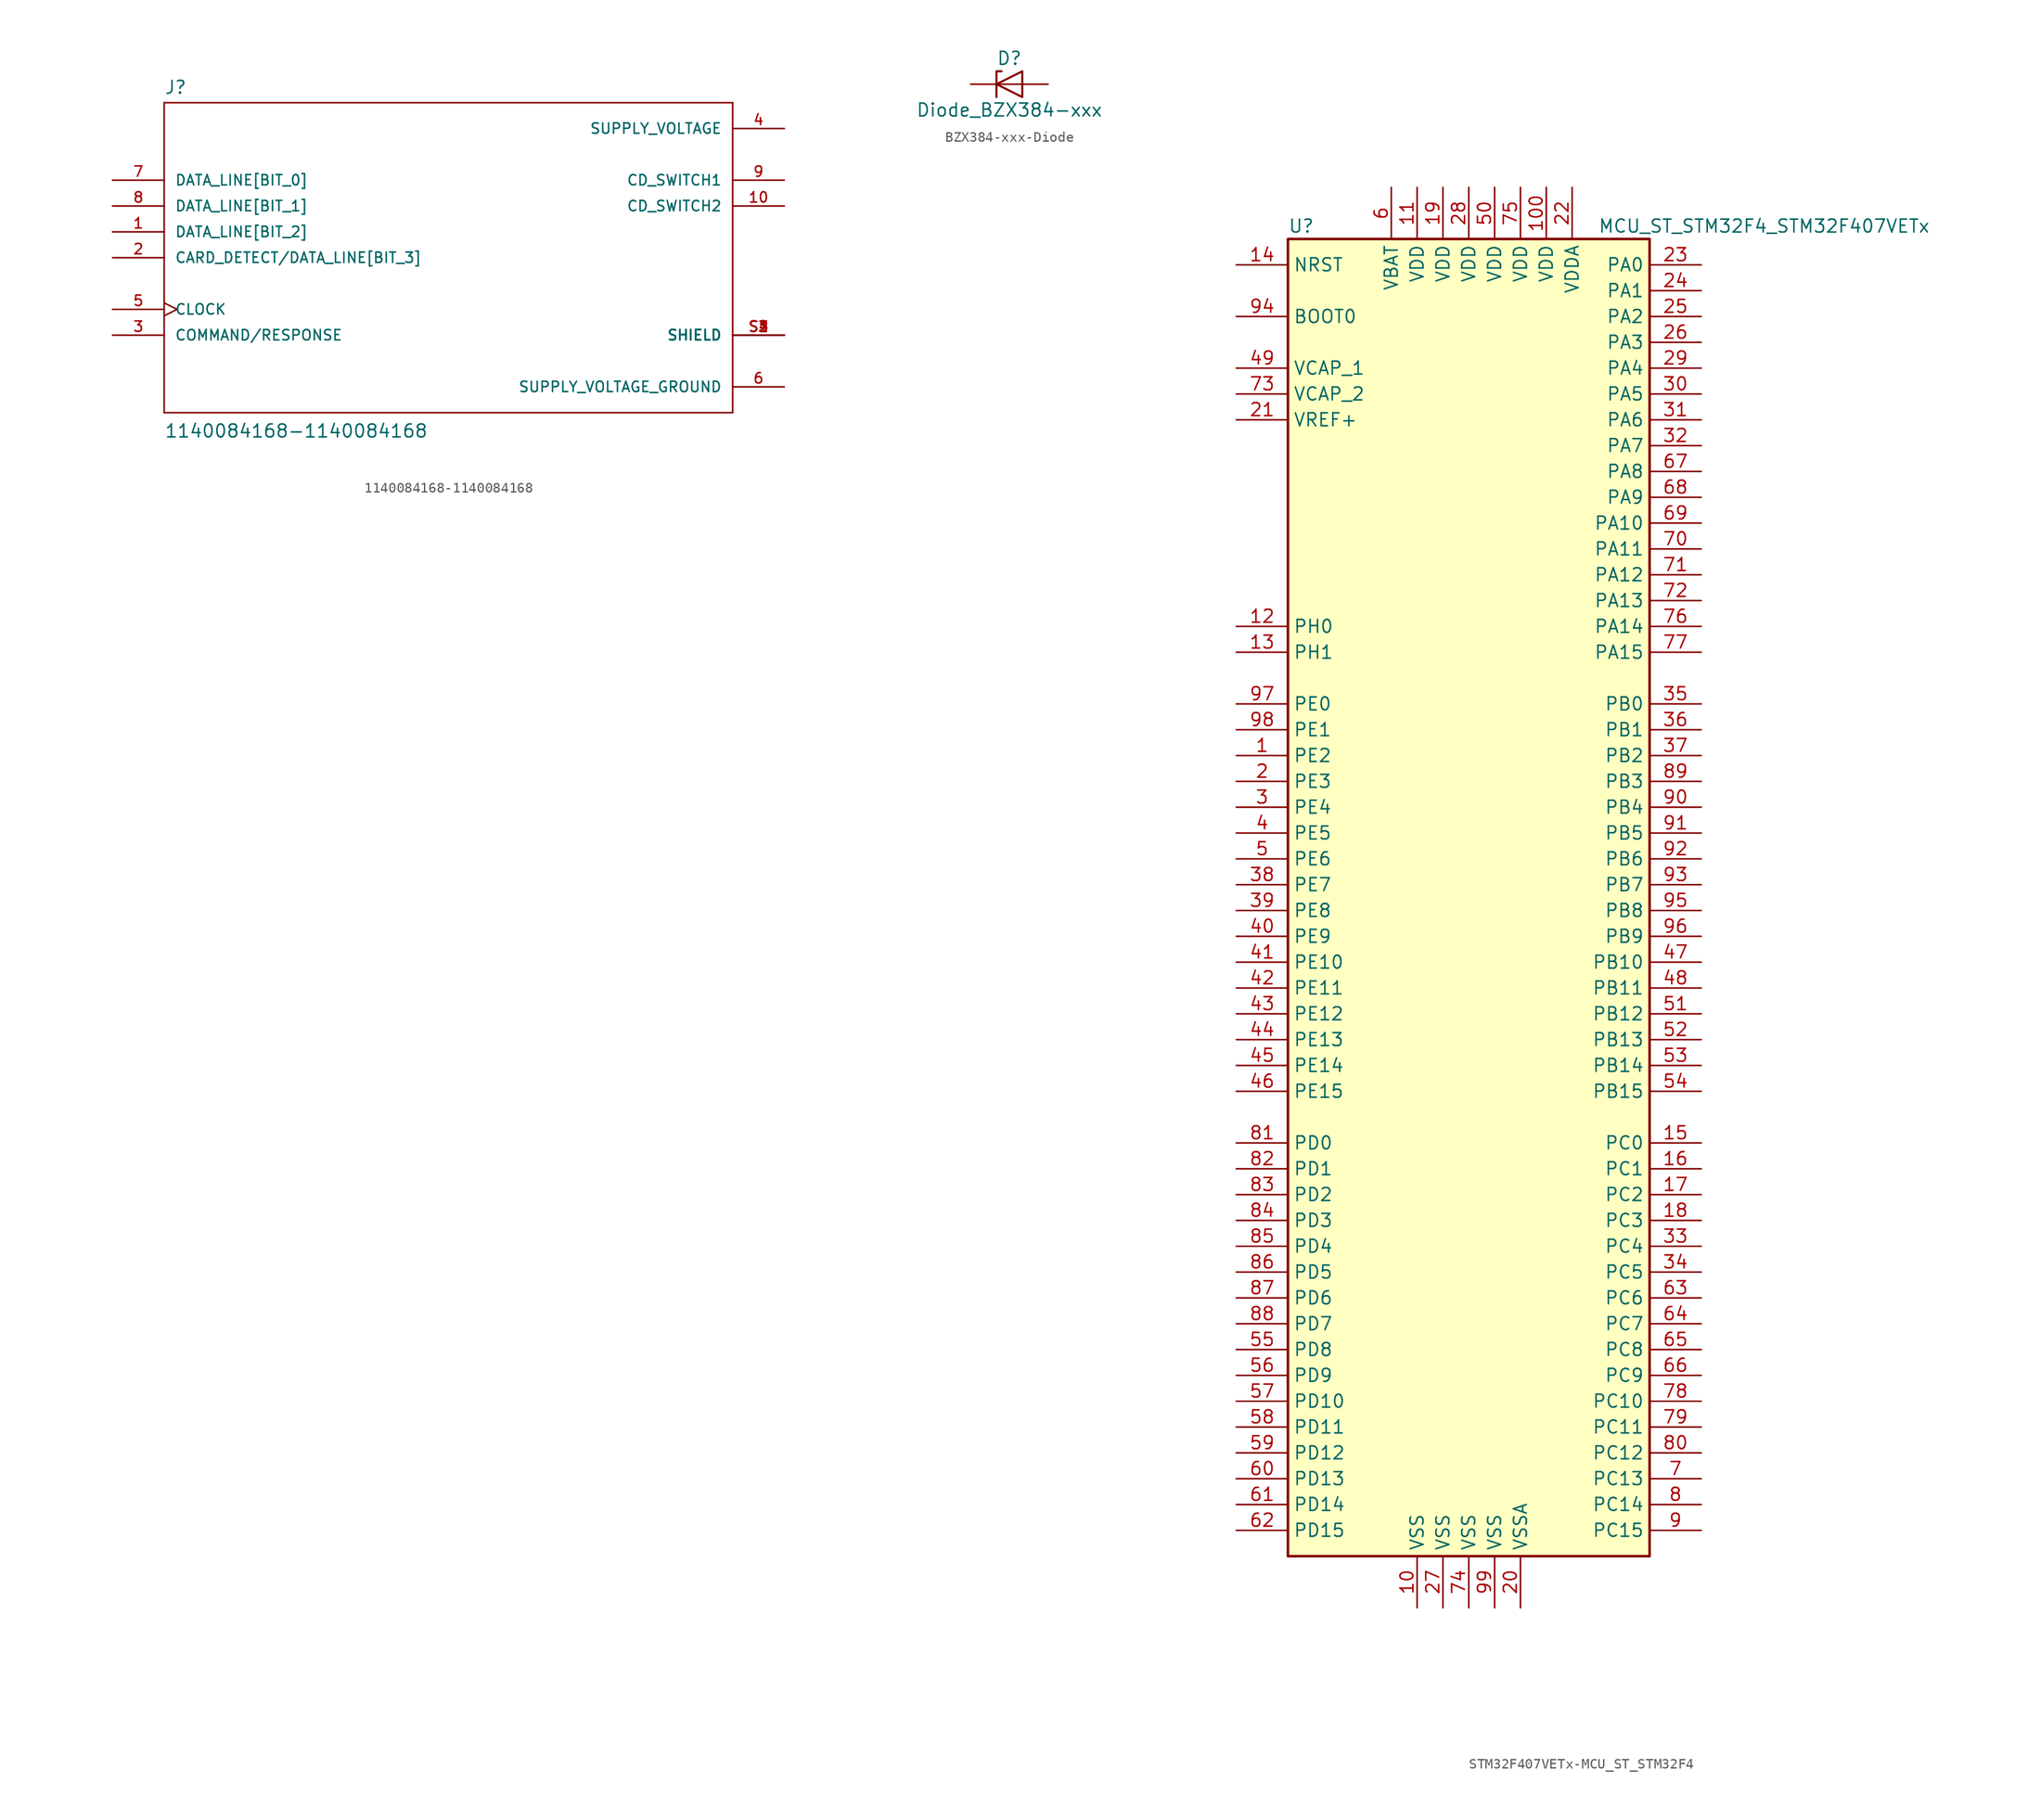
<source format=kicad_sym>
(kicad_symbol_lib
  (version 20220914)
  (generator kicad_symbol_editor)
  (symbol "1140084168-1140084168"
    (pin_names
      (offset 1.016))
    (property "Reference" "J"
      (at -27.94 16.002 0)
      (effects (font (size 1.27 1.27)) (justify left bottom)))
    (property "Value" "1140084168-1140084168"
      (at -27.94 -17.78 0)
      (effects (font (size 1.27 1.27)) (justify left bottom)))
    (property "ki_locked" ""
      (at 0 0 0)
      (effects (font (size 1.27 1.27))))
    (symbol "1140084168-1140084168_0_0"
      (polyline (pts (xy -27.94 -15.24) (xy -27.94 15.24)) (stroke (width 0.152) (type solid)) (fill (type none)))
      (polyline (pts (xy -27.94 15.24) (xy 27.94 15.24)) (stroke (width 0.152) (type solid)) (fill (type none)))
      (polyline (pts (xy 27.94 -15.24) (xy -27.94 -15.24)) (stroke (width 0.152) (type solid)) (fill (type none)))
      (polyline (pts (xy 27.94 15.24) (xy 27.94 -15.24)) (stroke (width 0.152) (type solid)) (fill (type none)))
      (pin bidirectional line (at -33.02 2.54 0) (length 5.08) (name "DATA_LINE[BIT_2]" (effects (font (size 1.016 1.016)))) (number "1" (effects (font (size 1.016 1.016)))))
      (pin bidirectional line (at 33.02 5.08 180) (length 5.08) (name "CD_SWITCH2" (effects (font (size 1.016 1.016)))) (number "10" (effects (font (size 1.016 1.016)))))
      (pin bidirectional line (at -33.02 0 0) (length 5.08) (name "CARD_DETECT/DATA_LINE[BIT_3]" (effects (font (size 1.016 1.016)))) (number "2" (effects (font (size 1.016 1.016)))))
      (pin bidirectional line (at -33.02 -7.62 0) (length 5.08) (name "COMMAND/RESPONSE" (effects (font (size 1.016 1.016)))) (number "3" (effects (font (size 1.016 1.016)))))
      (pin power_in line (at 33.02 12.7 180) (length 5.08) (name "SUPPLY_VOLTAGE" (effects (font (size 1.016 1.016)))) (number "4" (effects (font (size 1.016 1.016)))))
      (pin bidirectional clock (at -33.02 -5.08 0) (length 5.08) (name "CLOCK" (effects (font (size 1.016 1.016)))) (number "5" (effects (font (size 1.016 1.016)))))
      (pin power_in line (at 33.02 -12.7 180) (length 5.08) (name "SUPPLY_VOLTAGE_GROUND" (effects (font (size 1.016 1.016)))) (number "6" (effects (font (size 1.016 1.016)))))
      (pin bidirectional line (at -33.02 7.62 0) (length 5.08) (name "DATA_LINE[BIT_0]" (effects (font (size 1.016 1.016)))) (number "7" (effects (font (size 1.016 1.016)))))
      (pin bidirectional line (at -33.02 5.08 0) (length 5.08) (name "DATA_LINE[BIT_1]" (effects (font (size 1.016 1.016)))) (number "8" (effects (font (size 1.016 1.016)))))
      (pin bidirectional line (at 33.02 7.62 180) (length 5.08) (name "CD_SWITCH1" (effects (font (size 1.016 1.016)))) (number "9" (effects (font (size 1.016 1.016)))))
      (pin passive line (at 33.02 -7.62 180) (length 5.08) (name "SHIELD" (effects (font (size 1.016 1.016)))) (number "S1" (effects (font (size 1.016 1.016)))))
      (pin passive line (at 33.02 -7.62 180) (length 5.08) (name "SHIELD" (effects (font (size 1.016 1.016)))) (number "S2" (effects (font (size 1.016 1.016)))))
      (pin passive line (at 33.02 -7.62 180) (length 5.08) (name "SHIELD" (effects (font (size 1.016 1.016)))) (number "S3" (effects (font (size 1.016 1.016)))))
      (pin passive line (at 33.02 -7.62 180) (length 5.08) (name "SHIELD" (effects (font (size 1.016 1.016)))) (number "S4" (effects (font (size 1.016 1.016)))))))
  (symbol "BZX384-xxx-Diode"
    (pin_numbers hide)
    (pin_names hide)
    (property "Reference" "D"
      (at 0 2.54 0)
      (effects (font (size 1.27 1.27))))
    (property "Value" "Diode_BZX384-xxx"
      (at 0 -2.54 0)
      (effects (font (size 1.27 1.27))))
    (symbol "BZX384-xxx-Diode_0_1"
      (polyline (pts (xy 1.27 0) (xy -1.27 0)) (stroke (width 0) (type solid)) (fill (type none)))
      (polyline (pts (xy -1.27 -1.27) (xy -1.27 1.27) (xy -0.762 1.27)) (stroke (width 0.203) (type solid)) (fill (type none)))
      (polyline (pts (xy 1.27 -1.27) (xy 1.27 1.27) (xy -1.27 0) (xy 1.27 -1.27)) (stroke (width 0.203) (type solid)) (fill (type none))))
    (symbol "BZX384-xxx-Diode_1_1"
      (pin passive line (at -3.81 0 0) (length 2.54) (name "K" (effects (font (size 1.27 1.27)))) (number "1" (effects (font (size 1.27 1.27)))))
      (pin passive line (at 3.81 0 180) (length 2.54) (name "A" (effects (font (size 1.27 1.27)))) (number "2" (effects (font (size 1.27 1.27)))))))
  (symbol "STM32F407VETx-MCU_ST_STM32F4"
    (property "Reference" "U"
      (at -17.78 64.77 0)
      (effects (font (size 1.27 1.27)) (justify left)))
    (property "Value" "MCU_ST_STM32F4_STM32F407VETx"
      (at 12.7 64.77 0)
      (effects (font (size 1.27 1.27)) (justify left)))
    (symbol "STM32F407VETx-MCU_ST_STM32F4_0_1"
      (rectangle (start -17.78 -66.04) (end 17.78 63.5) (stroke (width 0.254) (type solid)) (fill (type background))))
    (symbol "STM32F407VETx-MCU_ST_STM32F4_1_1"
      (pin bidirectional line (at -22.86 12.7 0) (length 5.08) (name "PE2" (effects (font (size 1.27 1.27)))) (number "1" (effects (font (size 1.27 1.27)))))
      (pin power_in line (at -5.08 -71.12 90) (length 5.08) (name "VSS" (effects (font (size 1.27 1.27)))) (number "10" (effects (font (size 1.27 1.27)))))
      (pin power_in line (at 7.62 68.58 270) (length 5.08) (name "VDD" (effects (font (size 1.27 1.27)))) (number "100" (effects (font (size 1.27 1.27)))))
      (pin power_in line (at -5.08 68.58 270) (length 5.08) (name "VDD" (effects (font (size 1.27 1.27)))) (number "11" (effects (font (size 1.27 1.27)))))
      (pin input line (at -22.86 25.4 0) (length 5.08) (name "PH0" (effects (font (size 1.27 1.27)))) (number "12" (effects (font (size 1.27 1.27)))))
      (pin input line (at -22.86 22.86 0) (length 5.08) (name "PH1" (effects (font (size 1.27 1.27)))) (number "13" (effects (font (size 1.27 1.27)))))
      (pin input line (at -22.86 60.96 0) (length 5.08) (name "NRST" (effects (font (size 1.27 1.27)))) (number "14" (effects (font (size 1.27 1.27)))))
      (pin bidirectional line (at 22.86 -25.4 180) (length 5.08) (name "PC0" (effects (font (size 1.27 1.27)))) (number "15" (effects (font (size 1.27 1.27)))))
      (pin bidirectional line (at 22.86 -27.94 180) (length 5.08) (name "PC1" (effects (font (size 1.27 1.27)))) (number "16" (effects (font (size 1.27 1.27)))))
      (pin bidirectional line (at 22.86 -30.48 180) (length 5.08) (name "PC2" (effects (font (size 1.27 1.27)))) (number "17" (effects (font (size 1.27 1.27)))))
      (pin bidirectional line (at 22.86 -33.02 180) (length 5.08) (name "PC3" (effects (font (size 1.27 1.27)))) (number "18" (effects (font (size 1.27 1.27)))))
      (pin power_in line (at -2.54 68.58 270) (length 5.08) (name "VDD" (effects (font (size 1.27 1.27)))) (number "19" (effects (font (size 1.27 1.27)))))
      (pin bidirectional line (at -22.86 10.16 0) (length 5.08) (name "PE3" (effects (font (size 1.27 1.27)))) (number "2" (effects (font (size 1.27 1.27)))))
      (pin power_in line (at 5.08 -71.12 90) (length 5.08) (name "VSSA" (effects (font (size 1.27 1.27)))) (number "20" (effects (font (size 1.27 1.27)))))
      (pin power_in line (at -22.86 45.72 0) (length 5.08) (name "VREF+" (effects (font (size 1.27 1.27)))) (number "21" (effects (font (size 1.27 1.27)))))
      (pin power_in line (at 10.16 68.58 270) (length 5.08) (name "VDDA" (effects (font (size 1.27 1.27)))) (number "22" (effects (font (size 1.27 1.27)))))
      (pin bidirectional line (at 22.86 60.96 180) (length 5.08) (name "PA0" (effects (font (size 1.27 1.27)))) (number "23" (effects (font (size 1.27 1.27)))))
      (pin bidirectional line (at 22.86 58.42 180) (length 5.08) (name "PA1" (effects (font (size 1.27 1.27)))) (number "24" (effects (font (size 1.27 1.27)))))
      (pin bidirectional line (at 22.86 55.88 180) (length 5.08) (name "PA2" (effects (font (size 1.27 1.27)))) (number "25" (effects (font (size 1.27 1.27)))))
      (pin bidirectional line (at 22.86 53.34 180) (length 5.08) (name "PA3" (effects (font (size 1.27 1.27)))) (number "26" (effects (font (size 1.27 1.27)))))
      (pin power_in line (at -2.54 -71.12 90) (length 5.08) (name "VSS" (effects (font (size 1.27 1.27)))) (number "27" (effects (font (size 1.27 1.27)))))
      (pin power_in line (at 0 68.58 270) (length 5.08) (name "VDD" (effects (font (size 1.27 1.27)))) (number "28" (effects (font (size 1.27 1.27)))))
      (pin bidirectional line (at 22.86 50.8 180) (length 5.08) (name "PA4" (effects (font (size 1.27 1.27)))) (number "29" (effects (font (size 1.27 1.27)))))
      (pin bidirectional line (at -22.86 7.62 0) (length 5.08) (name "PE4" (effects (font (size 1.27 1.27)))) (number "3" (effects (font (size 1.27 1.27)))))
      (pin bidirectional line (at 22.86 48.26 180) (length 5.08) (name "PA5" (effects (font (size 1.27 1.27)))) (number "30" (effects (font (size 1.27 1.27)))))
      (pin bidirectional line (at 22.86 45.72 180) (length 5.08) (name "PA6" (effects (font (size 1.27 1.27)))) (number "31" (effects (font (size 1.27 1.27)))))
      (pin bidirectional line (at 22.86 43.18 180) (length 5.08) (name "PA7" (effects (font (size 1.27 1.27)))) (number "32" (effects (font (size 1.27 1.27)))))
      (pin bidirectional line (at 22.86 -35.56 180) (length 5.08) (name "PC4" (effects (font (size 1.27 1.27)))) (number "33" (effects (font (size 1.27 1.27)))))
      (pin bidirectional line (at 22.86 -38.1 180) (length 5.08) (name "PC5" (effects (font (size 1.27 1.27)))) (number "34" (effects (font (size 1.27 1.27)))))
      (pin bidirectional line (at 22.86 17.78 180) (length 5.08) (name "PB0" (effects (font (size 1.27 1.27)))) (number "35" (effects (font (size 1.27 1.27)))))
      (pin bidirectional line (at 22.86 15.24 180) (length 5.08) (name "PB1" (effects (font (size 1.27 1.27)))) (number "36" (effects (font (size 1.27 1.27)))))
      (pin bidirectional line (at 22.86 12.7 180) (length 5.08) (name "PB2" (effects (font (size 1.27 1.27)))) (number "37" (effects (font (size 1.27 1.27)))))
      (pin bidirectional line (at -22.86 0 0) (length 5.08) (name "PE7" (effects (font (size 1.27 1.27)))) (number "38" (effects (font (size 1.27 1.27)))))
      (pin bidirectional line (at -22.86 -2.54 0) (length 5.08) (name "PE8" (effects (font (size 1.27 1.27)))) (number "39" (effects (font (size 1.27 1.27)))))
      (pin bidirectional line (at -22.86 5.08 0) (length 5.08) (name "PE5" (effects (font (size 1.27 1.27)))) (number "4" (effects (font (size 1.27 1.27)))))
      (pin bidirectional line (at -22.86 -5.08 0) (length 5.08) (name "PE9" (effects (font (size 1.27 1.27)))) (number "40" (effects (font (size 1.27 1.27)))))
      (pin bidirectional line (at -22.86 -7.62 0) (length 5.08) (name "PE10" (effects (font (size 1.27 1.27)))) (number "41" (effects (font (size 1.27 1.27)))))
      (pin bidirectional line (at -22.86 -10.16 0) (length 5.08) (name "PE11" (effects (font (size 1.27 1.27)))) (number "42" (effects (font (size 1.27 1.27)))))
      (pin bidirectional line (at -22.86 -12.7 0) (length 5.08) (name "PE12" (effects (font (size 1.27 1.27)))) (number "43" (effects (font (size 1.27 1.27)))))
      (pin bidirectional line (at -22.86 -15.24 0) (length 5.08) (name "PE13" (effects (font (size 1.27 1.27)))) (number "44" (effects (font (size 1.27 1.27)))))
      (pin bidirectional line (at -22.86 -17.78 0) (length 5.08) (name "PE14" (effects (font (size 1.27 1.27)))) (number "45" (effects (font (size 1.27 1.27)))))
      (pin bidirectional line (at -22.86 -20.32 0) (length 5.08) (name "PE15" (effects (font (size 1.27 1.27)))) (number "46" (effects (font (size 1.27 1.27)))))
      (pin bidirectional line (at 22.86 -7.62 180) (length 5.08) (name "PB10" (effects (font (size 1.27 1.27)))) (number "47" (effects (font (size 1.27 1.27)))))
      (pin bidirectional line (at 22.86 -10.16 180) (length 5.08) (name "PB11" (effects (font (size 1.27 1.27)))) (number "48" (effects (font (size 1.27 1.27)))))
      (pin power_in line (at -22.86 50.8 0) (length 5.08) (name "VCAP_1" (effects (font (size 1.27 1.27)))) (number "49" (effects (font (size 1.27 1.27)))))
      (pin bidirectional line (at -22.86 2.54 0) (length 5.08) (name "PE6" (effects (font (size 1.27 1.27)))) (number "5" (effects (font (size 1.27 1.27)))))
      (pin power_in line (at 2.54 68.58 270) (length 5.08) (name "VDD" (effects (font (size 1.27 1.27)))) (number "50" (effects (font (size 1.27 1.27)))))
      (pin bidirectional line (at 22.86 -12.7 180) (length 5.08) (name "PB12" (effects (font (size 1.27 1.27)))) (number "51" (effects (font (size 1.27 1.27)))))
      (pin bidirectional line (at 22.86 -15.24 180) (length 5.08) (name "PB13" (effects (font (size 1.27 1.27)))) (number "52" (effects (font (size 1.27 1.27)))))
      (pin bidirectional line (at 22.86 -17.78 180) (length 5.08) (name "PB14" (effects (font (size 1.27 1.27)))) (number "53" (effects (font (size 1.27 1.27)))))
      (pin bidirectional line (at 22.86 -20.32 180) (length 5.08) (name "PB15" (effects (font (size 1.27 1.27)))) (number "54" (effects (font (size 1.27 1.27)))))
      (pin bidirectional line (at -22.86 -45.72 0) (length 5.08) (name "PD8" (effects (font (size 1.27 1.27)))) (number "55" (effects (font (size 1.27 1.27)))))
      (pin bidirectional line (at -22.86 -48.26 0) (length 5.08) (name "PD9" (effects (font (size 1.27 1.27)))) (number "56" (effects (font (size 1.27 1.27)))))
      (pin bidirectional line (at -22.86 -50.8 0) (length 5.08) (name "PD10" (effects (font (size 1.27 1.27)))) (number "57" (effects (font (size 1.27 1.27)))))
      (pin bidirectional line (at -22.86 -53.34 0) (length 5.08) (name "PD11" (effects (font (size 1.27 1.27)))) (number "58" (effects (font (size 1.27 1.27)))))
      (pin bidirectional line (at -22.86 -55.88 0) (length 5.08) (name "PD12" (effects (font (size 1.27 1.27)))) (number "59" (effects (font (size 1.27 1.27)))))
      (pin power_in line (at -7.62 68.58 270) (length 5.08) (name "VBAT" (effects (font (size 1.27 1.27)))) (number "6" (effects (font (size 1.27 1.27)))))
      (pin bidirectional line (at -22.86 -58.42 0) (length 5.08) (name "PD13" (effects (font (size 1.27 1.27)))) (number "60" (effects (font (size 1.27 1.27)))))
      (pin bidirectional line (at -22.86 -60.96 0) (length 5.08) (name "PD14" (effects (font (size 1.27 1.27)))) (number "61" (effects (font (size 1.27 1.27)))))
      (pin bidirectional line (at -22.86 -63.5 0) (length 5.08) (name "PD15" (effects (font (size 1.27 1.27)))) (number "62" (effects (font (size 1.27 1.27)))))
      (pin bidirectional line (at 22.86 -40.64 180) (length 5.08) (name "PC6" (effects (font (size 1.27 1.27)))) (number "63" (effects (font (size 1.27 1.27)))))
      (pin bidirectional line (at 22.86 -43.18 180) (length 5.08) (name "PC7" (effects (font (size 1.27 1.27)))) (number "64" (effects (font (size 1.27 1.27)))))
      (pin bidirectional line (at 22.86 -45.72 180) (length 5.08) (name "PC8" (effects (font (size 1.27 1.27)))) (number "65" (effects (font (size 1.27 1.27)))))
      (pin bidirectional line (at 22.86 -48.26 180) (length 5.08) (name "PC9" (effects (font (size 1.27 1.27)))) (number "66" (effects (font (size 1.27 1.27)))))
      (pin bidirectional line (at 22.86 40.64 180) (length 5.08) (name "PA8" (effects (font (size 1.27 1.27)))) (number "67" (effects (font (size 1.27 1.27)))))
      (pin bidirectional line (at 22.86 38.1 180) (length 5.08) (name "PA9" (effects (font (size 1.27 1.27)))) (number "68" (effects (font (size 1.27 1.27)))))
      (pin bidirectional line (at 22.86 35.56 180) (length 5.08) (name "PA10" (effects (font (size 1.27 1.27)))) (number "69" (effects (font (size 1.27 1.27)))))
      (pin bidirectional line (at 22.86 -58.42 180) (length 5.08) (name "PC13" (effects (font (size 1.27 1.27)))) (number "7" (effects (font (size 1.27 1.27)))))
      (pin bidirectional line (at 22.86 33.02 180) (length 5.08) (name "PA11" (effects (font (size 1.27 1.27)))) (number "70" (effects (font (size 1.27 1.27)))))
      (pin bidirectional line (at 22.86 30.48 180) (length 5.08) (name "PA12" (effects (font (size 1.27 1.27)))) (number "71" (effects (font (size 1.27 1.27)))))
      (pin bidirectional line (at 22.86 27.94 180) (length 5.08) (name "PA13" (effects (font (size 1.27 1.27)))) (number "72" (effects (font (size 1.27 1.27)))))
      (pin power_in line (at -22.86 48.26 0) (length 5.08) (name "VCAP_2" (effects (font (size 1.27 1.27)))) (number "73" (effects (font (size 1.27 1.27)))))
      (pin power_in line (at 0 -71.12 90) (length 5.08) (name "VSS" (effects (font (size 1.27 1.27)))) (number "74" (effects (font (size 1.27 1.27)))))
      (pin power_in line (at 5.08 68.58 270) (length 5.08) (name "VDD" (effects (font (size 1.27 1.27)))) (number "75" (effects (font (size 1.27 1.27)))))
      (pin bidirectional line (at 22.86 25.4 180) (length 5.08) (name "PA14" (effects (font (size 1.27 1.27)))) (number "76" (effects (font (size 1.27 1.27)))))
      (pin bidirectional line (at 22.86 22.86 180) (length 5.08) (name "PA15" (effects (font (size 1.27 1.27)))) (number "77" (effects (font (size 1.27 1.27)))))
      (pin bidirectional line (at 22.86 -50.8 180) (length 5.08) (name "PC10" (effects (font (size 1.27 1.27)))) (number "78" (effects (font (size 1.27 1.27)))))
      (pin bidirectional line (at 22.86 -53.34 180) (length 5.08) (name "PC11" (effects (font (size 1.27 1.27)))) (number "79" (effects (font (size 1.27 1.27)))))
      (pin bidirectional line (at 22.86 -60.96 180) (length 5.08) (name "PC14" (effects (font (size 1.27 1.27)))) (number "8" (effects (font (size 1.27 1.27)))))
      (pin bidirectional line (at 22.86 -55.88 180) (length 5.08) (name "PC12" (effects (font (size 1.27 1.27)))) (number "80" (effects (font (size 1.27 1.27)))))
      (pin bidirectional line (at -22.86 -25.4 0) (length 5.08) (name "PD0" (effects (font (size 1.27 1.27)))) (number "81" (effects (font (size 1.27 1.27)))))
      (pin bidirectional line (at -22.86 -27.94 0) (length 5.08) (name "PD1" (effects (font (size 1.27 1.27)))) (number "82" (effects (font (size 1.27 1.27)))))
      (pin bidirectional line (at -22.86 -30.48 0) (length 5.08) (name "PD2" (effects (font (size 1.27 1.27)))) (number "83" (effects (font (size 1.27 1.27)))))
      (pin bidirectional line (at -22.86 -33.02 0) (length 5.08) (name "PD3" (effects (font (size 1.27 1.27)))) (number "84" (effects (font (size 1.27 1.27)))))
      (pin bidirectional line (at -22.86 -35.56 0) (length 5.08) (name "PD4" (effects (font (size 1.27 1.27)))) (number "85" (effects (font (size 1.27 1.27)))))
      (pin bidirectional line (at -22.86 -38.1 0) (length 5.08) (name "PD5" (effects (font (size 1.27 1.27)))) (number "86" (effects (font (size 1.27 1.27)))))
      (pin bidirectional line (at -22.86 -40.64 0) (length 5.08) (name "PD6" (effects (font (size 1.27 1.27)))) (number "87" (effects (font (size 1.27 1.27)))))
      (pin bidirectional line (at -22.86 -43.18 0) (length 5.08) (name "PD7" (effects (font (size 1.27 1.27)))) (number "88" (effects (font (size 1.27 1.27)))))
      (pin bidirectional line (at 22.86 10.16 180) (length 5.08) (name "PB3" (effects (font (size 1.27 1.27)))) (number "89" (effects (font (size 1.27 1.27)))))
      (pin bidirectional line (at 22.86 -63.5 180) (length 5.08) (name "PC15" (effects (font (size 1.27 1.27)))) (number "9" (effects (font (size 1.27 1.27)))))
      (pin bidirectional line (at 22.86 7.62 180) (length 5.08) (name "PB4" (effects (font (size 1.27 1.27)))) (number "90" (effects (font (size 1.27 1.27)))))
      (pin bidirectional line (at 22.86 5.08 180) (length 5.08) (name "PB5" (effects (font (size 1.27 1.27)))) (number "91" (effects (font (size 1.27 1.27)))))
      (pin bidirectional line (at 22.86 2.54 180) (length 5.08) (name "PB6" (effects (font (size 1.27 1.27)))) (number "92" (effects (font (size 1.27 1.27)))))
      (pin bidirectional line (at 22.86 0 180) (length 5.08) (name "PB7" (effects (font (size 1.27 1.27)))) (number "93" (effects (font (size 1.27 1.27)))))
      (pin input line (at -22.86 55.88 0) (length 5.08) (name "BOOT0" (effects (font (size 1.27 1.27)))) (number "94" (effects (font (size 1.27 1.27)))))
      (pin bidirectional line (at 22.86 -2.54 180) (length 5.08) (name "PB8" (effects (font (size 1.27 1.27)))) (number "95" (effects (font (size 1.27 1.27)))))
      (pin bidirectional line (at 22.86 -5.08 180) (length 5.08) (name "PB9" (effects (font (size 1.27 1.27)))) (number "96" (effects (font (size 1.27 1.27)))))
      (pin bidirectional line (at -22.86 17.78 0) (length 5.08) (name "PE0" (effects (font (size 1.27 1.27)))) (number "97" (effects (font (size 1.27 1.27)))))
      (pin bidirectional line (at -22.86 15.24 0) (length 5.08) (name "PE1" (effects (font (size 1.27 1.27)))) (number "98" (effects (font (size 1.27 1.27)))))
      (pin power_in line (at 2.54 -71.12 90) (length 5.08) (name "VSS" (effects (font (size 1.27 1.27)))) (number "99" (effects (font (size 1.27 1.27))))))))
</source>
